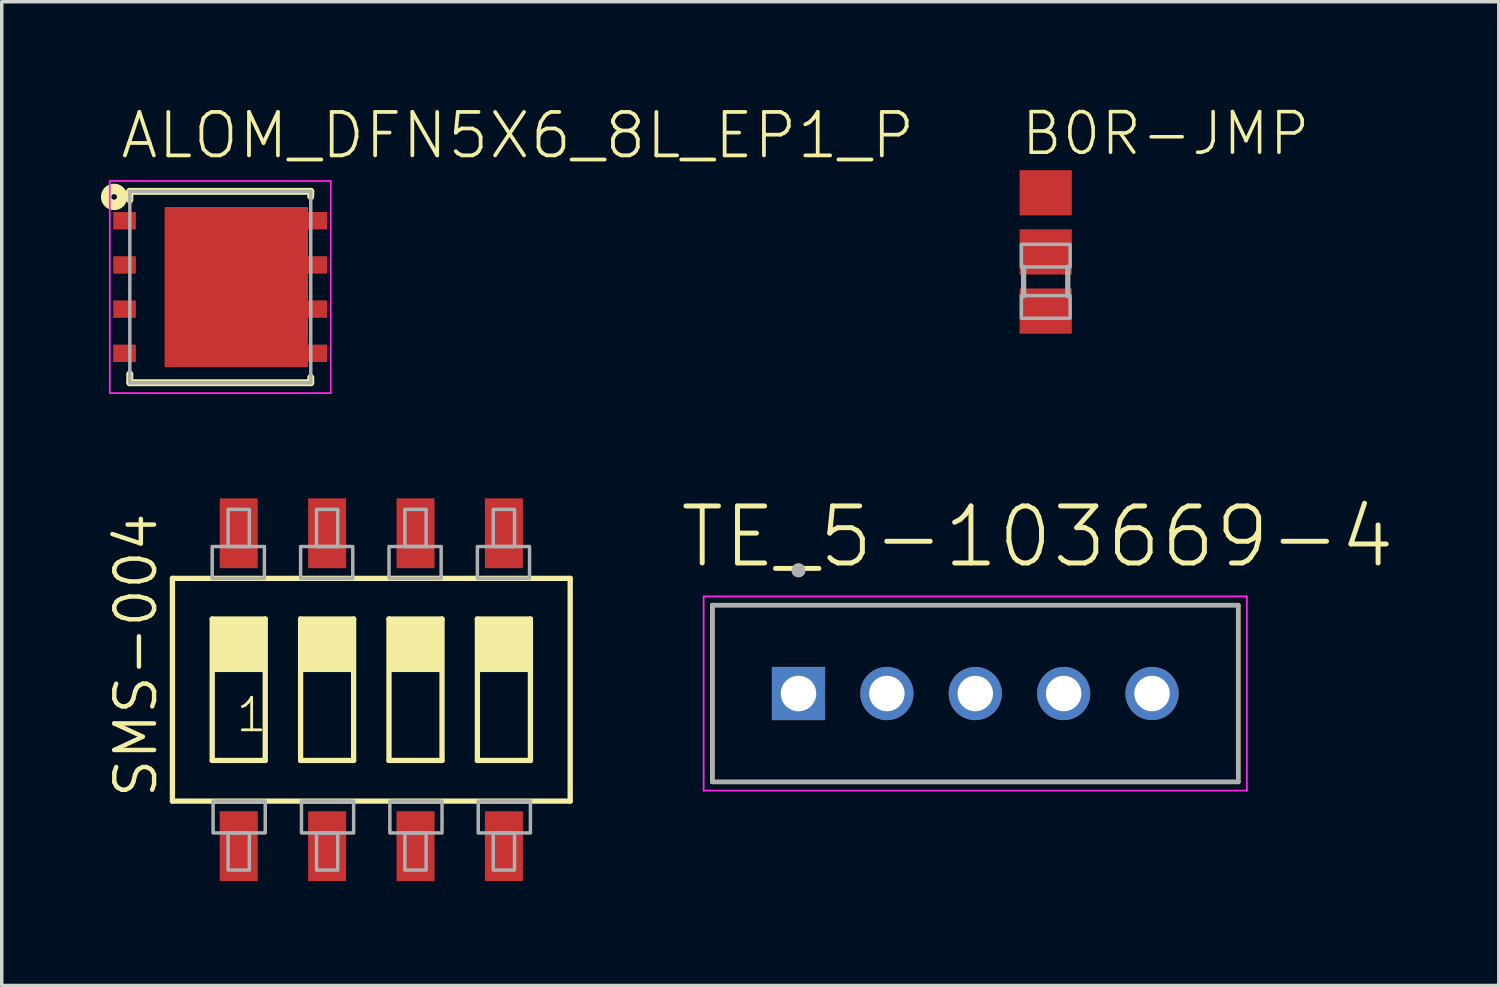
<source format=kicad_pcb>
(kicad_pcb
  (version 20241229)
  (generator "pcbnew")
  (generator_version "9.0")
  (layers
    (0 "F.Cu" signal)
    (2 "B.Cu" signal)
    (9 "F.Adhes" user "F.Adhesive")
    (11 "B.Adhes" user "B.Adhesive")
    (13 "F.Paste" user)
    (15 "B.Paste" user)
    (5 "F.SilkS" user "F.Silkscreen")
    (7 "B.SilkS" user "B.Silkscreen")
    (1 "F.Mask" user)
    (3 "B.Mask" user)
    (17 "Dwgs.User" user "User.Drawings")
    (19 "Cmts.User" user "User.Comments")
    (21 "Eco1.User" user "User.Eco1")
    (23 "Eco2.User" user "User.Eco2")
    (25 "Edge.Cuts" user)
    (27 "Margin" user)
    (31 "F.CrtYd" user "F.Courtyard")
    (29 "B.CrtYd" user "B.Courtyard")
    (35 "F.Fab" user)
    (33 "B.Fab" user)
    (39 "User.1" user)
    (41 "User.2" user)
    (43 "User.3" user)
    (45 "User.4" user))
  (footprint "ALOM_DFN5X6_8L_EP1_P"
    (layer "F.Cu")
    (at 3.28 5.198)
    (property "Reference" "ALOM_DFN5X6_8L_EP1_P" (at -2.931 -3.625 0) (layer "F.SilkS") (effects (font (size 1.248 1.248) (thickness 0.108)) (justify left bottom)))
    (fp_line (start -2.6 -2.75) (end -2.6 -2.5) (stroke (width 0.2) (type solid)) (layer "F.SilkS"))
    (fp_line (start -2.6 2.5) (end -2.6 2.75) (stroke (width 0.2) (type solid)) (layer "F.SilkS"))
    (fp_line (start 2.6 -2.75) (end -2.6 -2.75) (stroke (width 0.2) (type solid)) (layer "F.SilkS"))
    (fp_line (start 2.6 -2.75) (end 2.6 -2.6) (stroke (width 0.2) (type solid)) (layer "F.SilkS"))
    (fp_line (start 2.6 2.6) (end 2.6 2.75) (stroke (width 0.2) (type solid)) (layer "F.SilkS"))
    (fp_line (start 2.6 2.75) (end -2.6 2.75) (stroke (width 0.2) (type solid)) (layer "F.SilkS"))
    (fp_circle (center -3.05 -2.59) (end -2.97 -2.59) (stroke (width 0.3) (type solid)) (fill no) (layer "F.SilkS"))
    (fp_line (start -3.175 -3.048) (end 3.175 -3.048) (stroke (width 0.05) (type solid)) (layer "F.CrtYd"))
    (fp_line (start -3.175 3.048) (end -3.175 -3.048) (stroke (width 0.05) (type solid)) (layer "F.CrtYd"))
    (fp_line (start 3.175 -3.048) (end 3.175 3.048) (stroke (width 0.05) (type solid)) (layer "F.CrtYd"))
    (fp_line (start 3.175 3.048) (end -3.175 3.048) (stroke (width 0.05) (type solid)) (layer "F.CrtYd"))
    (fp_line (start -2.6 -2.75) (end 2.6 -2.75) (stroke (width 0.1) (type solid)) (layer "F.Fab"))
    (fp_line (start -2.6 2.75) (end -2.6 -2.75) (stroke (width 0.1) (type solid)) (layer "F.Fab"))
    (fp_line (start 2.6 -2.75) (end 2.6 2.75) (stroke (width 0.1) (type solid)) (layer "F.Fab"))
    (fp_line (start 2.6 2.75) (end -2.6 2.75) (stroke (width 0.1) (type solid)) (layer "F.Fab"))
    (pad "1" smd rect (at -2.75 -1.905) (size 0.65 0.5) (layers "F.Cu" "F.Mask" "F.Paste"))
    (pad "2" smd rect (at -2.75 -0.635) (size 0.65 0.5) (layers "F.Cu" "F.Mask" "F.Paste"))
    (pad "3" smd rect (at -2.75 0.635) (size 0.65 0.5) (layers "F.Cu" "F.Mask" "F.Paste"))
    (pad "4" smd rect (at -2.75 1.905) (size 0.65 0.5) (layers "F.Cu" "F.Mask" "F.Paste"))
    (pad "5" smd rect (at 2.795 1.905) (size 0.55 0.5) (layers "F.Cu" "F.Mask" "F.Paste"))
    (pad "6" smd rect (at 2.795 0.635) (size 0.55 0.5) (layers "F.Cu" "F.Mask" "F.Paste"))
    (pad "7" smd rect (at 2.795 -0.635) (size 0.55 0.5) (layers "F.Cu" "F.Mask" "F.Paste"))
    (pad "8" smd rect (at 2.795 -1.905) (size 0.55 0.5) (layers "F.Cu" "F.Mask" "F.Paste"))
    (pad "9" smd rect (at 0.46 0) (size 4.12 4.6) (layers "F.Cu" "F.Mask" "F.Paste")))
  (footprint "B0R-JMP"
    (layer "F.Cu")
    (at 26.999 4.189)
    (property "Reference" "B0R-JMP" (at -0.762 -2.716 0) (layer "F.SilkS") (effects (font (size 1.168 1.168) (thickness 0.102)) (justify left bottom)))
    (fp_line (start -0.635 0.44) (end -0.635 1.26) (stroke (width 0.152) (type solid)) (layer "F.Fab"))
    (fp_line (start 0.635 1.26) (end 0.635 0.44) (stroke (width 0.152) (type solid)) (layer "F.Fab"))
    (fp_poly (pts (xy -0.699 -0.217) (xy -0.699 0.433) (xy 0.702 0.433) (xy 0.702 -0.217)) (stroke (width 0.1) (type solid)) (fill no) (layer "F.Fab"))
    (fp_poly (pts (xy -0.699 1.256) (xy -0.699 1.906) (xy 0.702 1.906) (xy 0.702 1.256)) (stroke (width 0.1) (type solid)) (fill no) (layer "F.Fab"))
    (pad "1" smd rect (at 0 -1.7 270) (size 1.3 1.5) (layers "F.Cu" "F.Mask" "F.Paste"))
    (pad "2" smd rect (at 0 0 270) (size 1.3 1.5) (layers "F.Cu" "F.Mask" "F.Paste"))
    (pad "3" smd rect (at 0 1.7 270) (size 1.3 1.5) (layers "F.Cu" "F.Mask" "F.Paste")))
  (footprint "SMS-004"
    (layer "F.Cu")
    (at 7.62 16.77)
    (property "Reference" "SMS-004" (at -6.096 3.175 90) (layer "F.SilkS") (effects (font (size 1.143 1.143) (thickness 0.127)) (justify left bottom)))
    (fp_line (start -5.715 3.2) (end -5.715 -3.2) (stroke (width 0.152) (type solid)) (layer "F.SilkS"))
    (fp_line (start -5.715 3.2) (end 5.715 3.2) (stroke (width 0.152) (type solid)) (layer "F.SilkS"))
    (fp_line (start -4.572 -2.032) (end -3.048 -2.032) (stroke (width 0.152) (type solid)) (layer "F.SilkS"))
    (fp_line (start -4.572 2.032) (end -4.572 -2.032) (stroke (width 0.152) (type solid)) (layer "F.SilkS"))
    (fp_line (start -3.048 -2.032) (end -3.048 2.032) (stroke (width 0.152) (type solid)) (layer "F.SilkS"))
    (fp_line (start -3.048 2.032) (end -4.572 2.032) (stroke (width 0.152) (type solid)) (layer "F.SilkS"))
    (fp_line (start -2.032 -2.032) (end -0.508 -2.032) (stroke (width 0.152) (type solid)) (layer "F.SilkS"))
    (fp_line (start -2.032 2.032) (end -2.032 -2.032) (stroke (width 0.152) (type solid)) (layer "F.SilkS"))
    (fp_line (start -0.508 -2.032) (end -0.508 2.032) (stroke (width 0.152) (type solid)) (layer "F.SilkS"))
    (fp_line (start -0.508 2.032) (end -2.032 2.032) (stroke (width 0.152) (type solid)) (layer "F.SilkS"))
    (fp_line (start 0.508 -2.032) (end 2.032 -2.032) (stroke (width 0.152) (type solid)) (layer "F.SilkS"))
    (fp_line (start 0.508 2.032) (end 0.508 -2.032) (stroke (width 0.152) (type solid)) (layer "F.SilkS"))
    (fp_line (start 2.032 -2.032) (end 2.032 2.032) (stroke (width 0.152) (type solid)) (layer "F.SilkS"))
    (fp_line (start 2.032 2.032) (end 0.508 2.032) (stroke (width 0.152) (type solid)) (layer "F.SilkS"))
    (fp_line (start 3.048 -2.032) (end 4.572 -2.032) (stroke (width 0.152) (type solid)) (layer "F.SilkS"))
    (fp_line (start 3.048 2.032) (end 3.048 -2.032) (stroke (width 0.152) (type solid)) (layer "F.SilkS"))
    (fp_line (start 4.572 -2.032) (end 4.572 2.032) (stroke (width 0.152) (type solid)) (layer "F.SilkS"))
    (fp_line (start 4.572 2.032) (end 3.048 2.032) (stroke (width 0.152) (type solid)) (layer "F.SilkS"))
    (fp_line (start 5.715 -3.2) (end -5.715 -3.2) (stroke (width 0.152) (type solid)) (layer "F.SilkS"))
    (fp_line (start 5.715 -3.2) (end 5.715 3.2) (stroke (width 0.152) (type solid)) (layer "F.SilkS"))
    (fp_poly (pts (xy -4.572 -0.508) (xy -3.048 -0.508) (xy -3.048 -2.032) (xy -4.572 -2.032)) (stroke (width 0) (type solid)) (fill yes) (layer "F.SilkS"))
    (fp_poly (pts (xy -2.032 -0.508) (xy -0.508 -0.508) (xy -0.508 -2.032) (xy -2.032 -2.032)) (stroke (width 0) (type solid)) (fill yes) (layer "F.SilkS"))
    (fp_poly (pts (xy 0.508 -0.508) (xy 2.032 -0.508) (xy 2.032 -2.032) (xy 0.508 -2.032)) (stroke (width 0) (type solid)) (fill yes) (layer "F.SilkS"))
    (fp_poly (pts (xy 3.048 -0.508) (xy 4.572 -0.508) (xy 4.572 -2.032) (xy 3.048 -2.032)) (stroke (width 0) (type solid)) (fill yes) (layer "F.SilkS"))
    (fp_poly (pts (xy -4.572 -3.2) (xy -3.073 -3.2) (xy -3.073 -4.115) (xy -4.572 -4.115)) (stroke (width 0.1) (type solid)) (fill no) (layer "F.Fab"))
    (fp_poly (pts (xy -4.547 4.115) (xy -3.048 4.115) (xy -3.048 3.2) (xy -4.547 3.2)) (stroke (width 0.1) (type solid)) (fill no) (layer "F.Fab"))
    (fp_poly (pts (xy -4.115 -4.115) (xy -3.505 -4.115) (xy -3.505 -5.182) (xy -4.115 -5.182)) (stroke (width 0.1) (type solid)) (fill no) (layer "F.Fab"))
    (fp_poly (pts (xy -4.115 5.182) (xy -3.505 5.182) (xy -3.505 4.115) (xy -4.115 4.115)) (stroke (width 0.1) (type solid)) (fill no) (layer "F.Fab"))
    (fp_poly (pts (xy -2.032 -3.2) (xy -0.533 -3.2) (xy -0.533 -4.115) (xy -2.032 -4.115)) (stroke (width 0.1) (type solid)) (fill no) (layer "F.Fab"))
    (fp_poly (pts (xy -2.007 4.115) (xy -0.508 4.115) (xy -0.508 3.2) (xy -2.007 3.2)) (stroke (width 0.1) (type solid)) (fill no) (layer "F.Fab"))
    (fp_poly (pts (xy -1.575 -4.115) (xy -0.965 -4.115) (xy -0.965 -5.182) (xy -1.575 -5.182)) (stroke (width 0.1) (type solid)) (fill no) (layer "F.Fab"))
    (fp_poly (pts (xy -1.575 5.182) (xy -0.965 5.182) (xy -0.965 4.115) (xy -1.575 4.115)) (stroke (width 0.1) (type solid)) (fill no) (layer "F.Fab"))
    (fp_poly (pts (xy 0.508 -3.2) (xy 2.007 -3.2) (xy 2.007 -4.115) (xy 0.508 -4.115)) (stroke (width 0.1) (type solid)) (fill no) (layer "F.Fab"))
    (fp_poly (pts (xy 0.533 4.115) (xy 2.032 4.115) (xy 2.032 3.2) (xy 0.533 3.2)) (stroke (width 0.1) (type solid)) (fill no) (layer "F.Fab"))
    (fp_poly (pts (xy 0.965 -4.115) (xy 1.575 -4.115) (xy 1.575 -5.182) (xy 0.965 -5.182)) (stroke (width 0.1) (type solid)) (fill no) (layer "F.Fab"))
    (fp_poly (pts (xy 0.965 5.182) (xy 1.575 5.182) (xy 1.575 4.115) (xy 0.965 4.115)) (stroke (width 0.1) (type solid)) (fill no) (layer "F.Fab"))
    (fp_poly (pts (xy 3.048 -3.2) (xy 4.547 -3.2) (xy 4.547 -4.115) (xy 3.048 -4.115)) (stroke (width 0.1) (type solid)) (fill no) (layer "F.Fab"))
    (fp_poly (pts (xy 3.073 4.115) (xy 4.572 4.115) (xy 4.572 3.2) (xy 3.073 3.2)) (stroke (width 0.1) (type solid)) (fill no) (layer "F.Fab"))
    (fp_poly (pts (xy 3.505 -4.115) (xy 4.115 -4.115) (xy 4.115 -5.182) (xy 3.505 -5.182)) (stroke (width 0.1) (type solid)) (fill no) (layer "F.Fab"))
    (fp_poly (pts (xy 3.505 5.182) (xy 4.115 5.182) (xy 4.115 4.115) (xy 3.505 4.115)) (stroke (width 0.1) (type solid)) (fill no) (layer "F.Fab"))
    (fp_text user "1" (at -3.937 1.27 0) (layer "F.SilkS") (effects (font (size 0.935 0.935) (thickness 0.081)) (justify left bottom)))
    (pad "1" smd rect (at -3.81 4.496) (size 1.092 2.007) (layers "F.Cu" "F.Mask" "F.Paste"))
    (pad "2" smd rect (at -1.27 4.496) (size 1.092 2.007) (layers "F.Cu" "F.Mask" "F.Paste"))
    (pad "3" smd rect (at 1.27 4.496) (size 1.092 2.007) (layers "F.Cu" "F.Mask" "F.Paste"))
    (pad "4" smd rect (at 3.81 4.496) (size 1.092 2.007) (layers "F.Cu" "F.Mask" "F.Paste"))
    (pad "5" smd rect (at 3.81 -4.496) (size 1.092 2.007) (layers "F.Cu" "F.Mask" "F.Paste"))
    (pad "6" smd rect (at 1.27 -4.496) (size 1.092 2.007) (layers "F.Cu" "F.Mask" "F.Paste"))
    (pad "7" smd rect (at -1.27 -4.496) (size 1.092 2.007) (layers "F.Cu" "F.Mask" "F.Paste"))
    (pad "8" smd rect (at -3.81 -4.496) (size 1.092 2.007) (layers "F.Cu" "F.Mask" "F.Paste")))
  (footprint "TE_5-103669-4"
    (layer "F.Cu")
    (at 24.975 16.879)
    (property "Reference" "TE_5-103669-4" (at -8.564 -3.544 0) (layer "F.SilkS") (effects (font (size 1.638 1.638) (thickness 0.142)) (justify left bottom)))
    (fp_line (start -7.555 -2.54) (end 7.555 -2.54) (stroke (width 0.127) (type solid)) (layer "F.SilkS"))
    (fp_line (start -7.555 2.54) (end -7.555 -2.54) (stroke (width 0.127) (type solid)) (layer "F.SilkS"))
    (fp_line (start 7.555 -2.54) (end 7.555 2.54) (stroke (width 0.127) (type solid)) (layer "F.SilkS"))
    (fp_line (start 7.555 2.54) (end -7.555 2.54) (stroke (width 0.127) (type solid)) (layer "F.SilkS"))
    (fp_circle (center -5.08 -3.54) (end -4.98 -3.54) (stroke (width 0.2) (type solid)) (fill no) (layer "F.SilkS"))
    (fp_line (start -7.805 -2.79) (end 7.805 -2.79) (stroke (width 0.05) (type solid)) (layer "F.CrtYd"))
    (fp_line (start -7.805 2.79) (end -7.805 -2.79) (stroke (width 0.05) (type solid)) (layer "F.CrtYd"))
    (fp_line (start 7.805 -2.79) (end 7.805 2.79) (stroke (width 0.05) (type solid)) (layer "F.CrtYd"))
    (fp_line (start 7.805 2.79) (end -7.805 2.79) (stroke (width 0.05) (type solid)) (layer "F.CrtYd"))
    (fp_line (start -7.555 -2.54) (end 7.555 -2.54) (stroke (width 0.127) (type solid)) (layer "F.Fab"))
    (fp_line (start -7.555 2.54) (end -7.555 -2.54) (stroke (width 0.127) (type solid)) (layer "F.Fab"))
    (fp_line (start 7.555 -2.54) (end 7.555 2.54) (stroke (width 0.127) (type solid)) (layer "F.Fab"))
    (fp_line (start 7.555 2.54) (end -7.555 2.54) (stroke (width 0.127) (type solid)) (layer "F.Fab"))
    (fp_circle (center -5.08 -3.54) (end -4.98 -3.54) (stroke (width 0.2) (type solid)) (fill no) (layer "F.Fab"))
    (pad "1" thru_hole rect (at -5.08 0) (size 1.53 1.53) (drill 1.02) (layers "*.Cu" "*.Mask"))
    (pad "2" thru_hole circle (at -2.54 0) (size 1.53 1.53) (drill 1.02) (layers "*.Cu" "*.Mask"))
    (pad "3" thru_hole circle (at 0 0) (size 1.53 1.53) (drill 1.02) (layers "*.Cu" "*.Mask"))
    (pad "4" thru_hole circle (at 2.54 0) (size 1.53 1.53) (drill 1.02) (layers "*.Cu" "*.Mask"))
    (pad "5" thru_hole circle (at 5.08 0) (size 1.53 1.53) (drill 1.02) (layers "*.Cu" "*.Mask")))
  (gr_rect
    (start -3 -3)
    (end 40.019 25.269)
    (stroke (width 0.1) (type default))
    (fill no)
    (layer "Edge.Cuts")))
</source>
